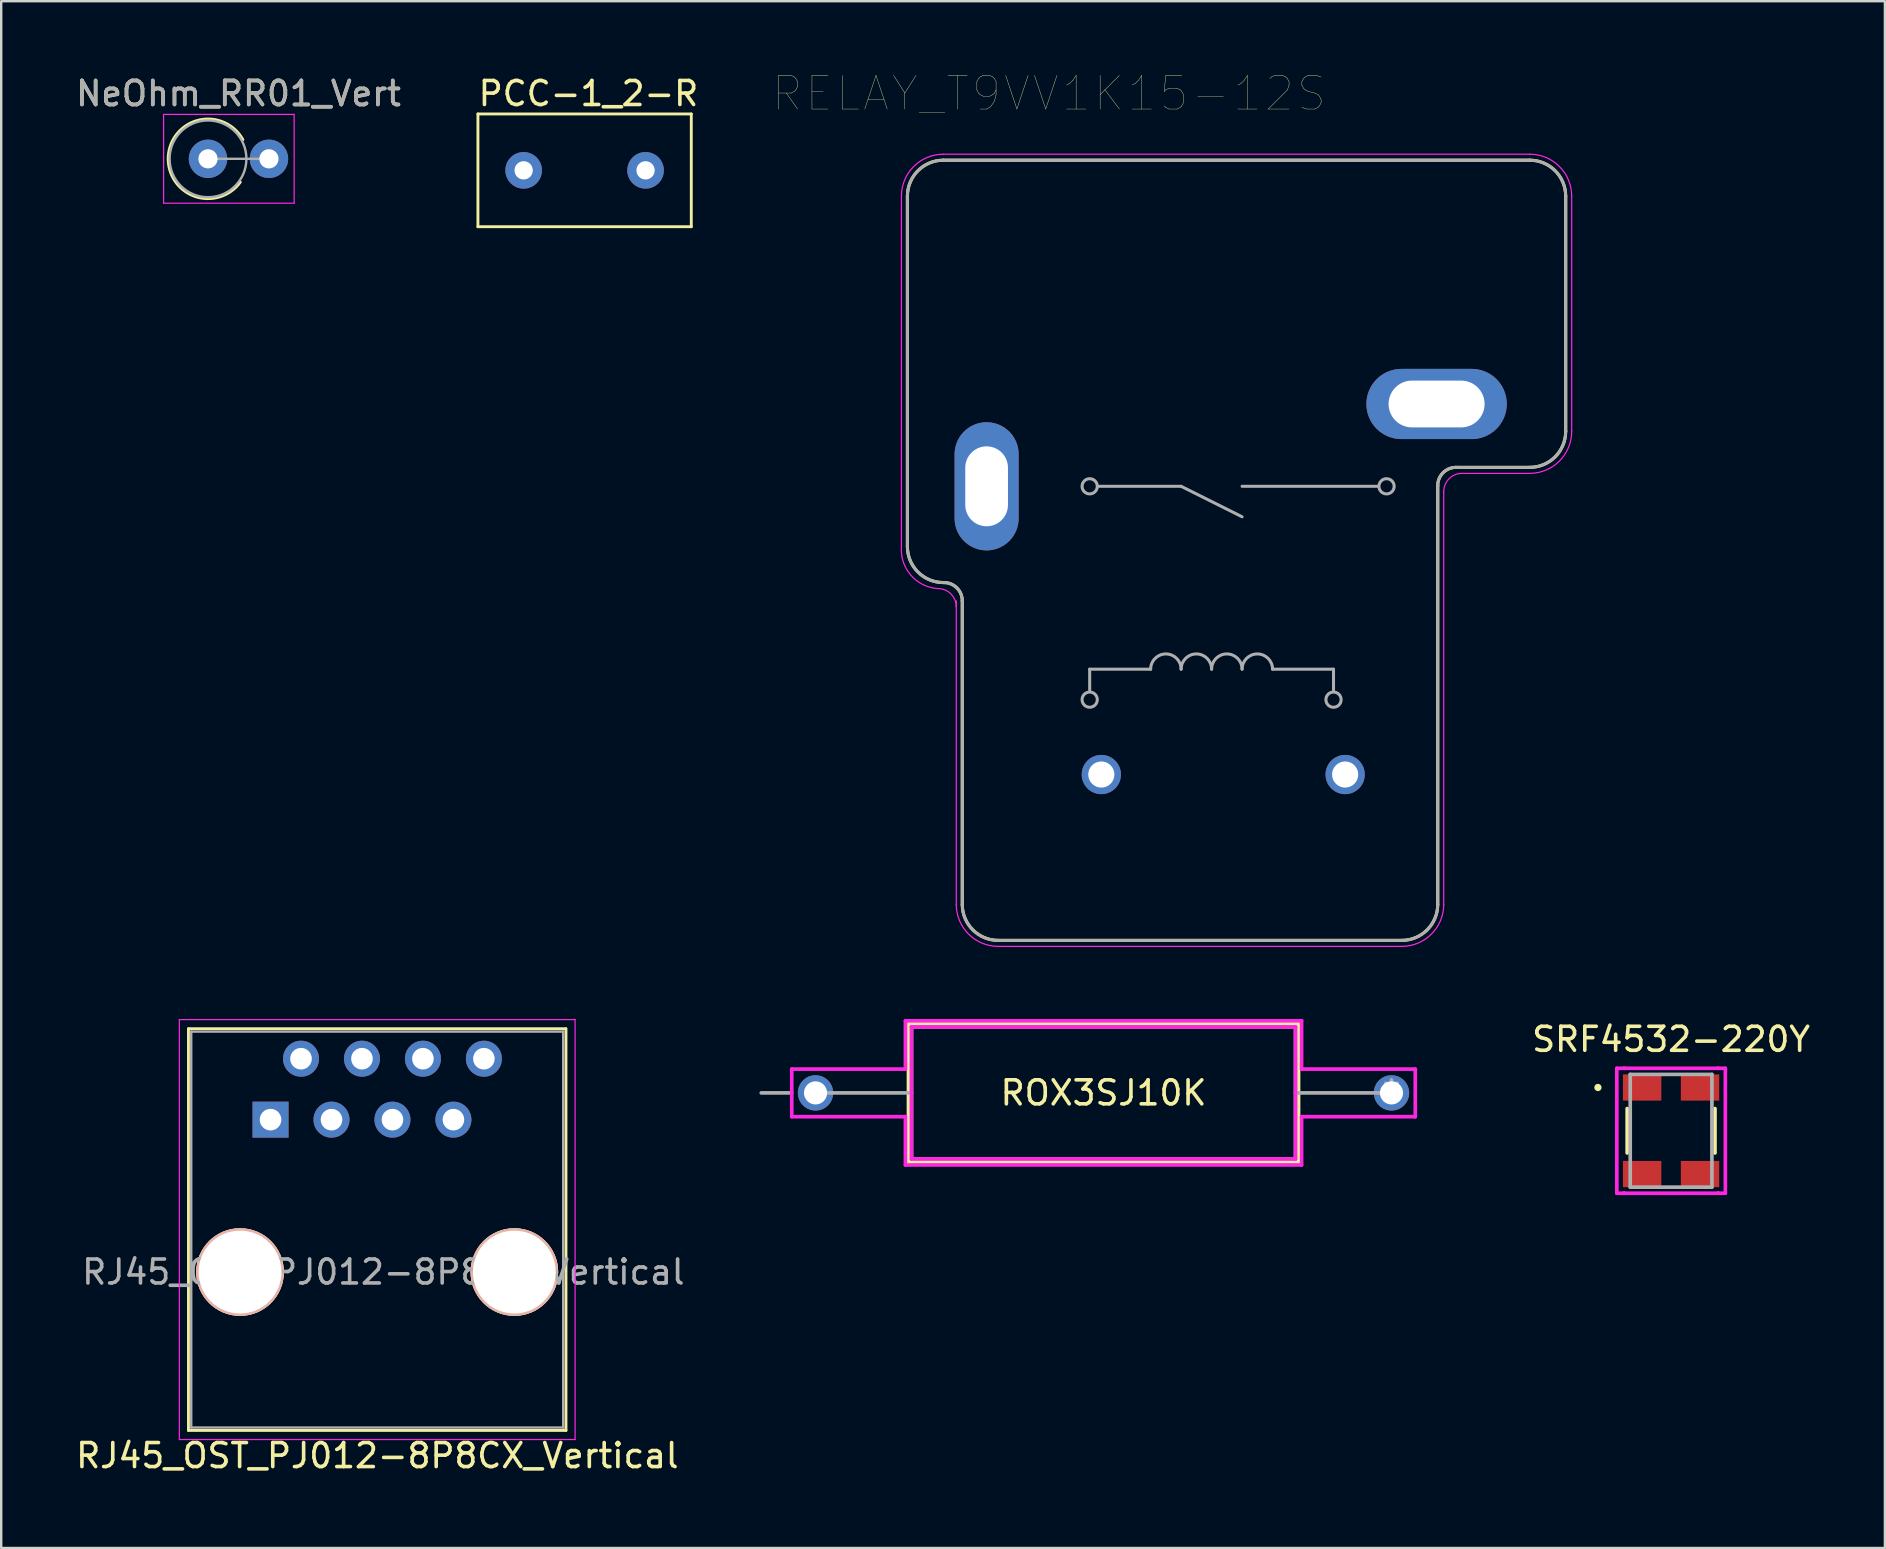
<source format=kicad_pcb>
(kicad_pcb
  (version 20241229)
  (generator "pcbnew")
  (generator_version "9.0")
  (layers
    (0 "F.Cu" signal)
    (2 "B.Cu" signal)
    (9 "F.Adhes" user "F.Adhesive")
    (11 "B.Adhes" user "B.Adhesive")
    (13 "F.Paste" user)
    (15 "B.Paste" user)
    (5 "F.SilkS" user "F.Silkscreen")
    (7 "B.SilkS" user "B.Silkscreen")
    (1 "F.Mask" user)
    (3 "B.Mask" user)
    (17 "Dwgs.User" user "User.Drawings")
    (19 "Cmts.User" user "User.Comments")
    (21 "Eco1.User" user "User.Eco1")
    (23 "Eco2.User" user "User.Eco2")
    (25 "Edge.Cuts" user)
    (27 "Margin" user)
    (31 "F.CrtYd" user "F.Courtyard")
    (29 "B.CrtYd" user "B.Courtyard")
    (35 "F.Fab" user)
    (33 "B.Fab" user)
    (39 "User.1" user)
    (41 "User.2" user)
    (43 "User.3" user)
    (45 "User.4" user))
  (footprint "PCC-1_2-R"
    (layer "F.Cu")
    (at 18.77 4.048)
    (property "Reference" "PCC-1_2-R" (at 2.7 -3.2 0) (layer "F.SilkS") (effects (font (size 1 1) (thickness 0.15))))
    (attr through_hole)
    (fp_line (start -1.905 -2.349) (end -1.905 2.349) (stroke (width 0.12) (type solid)) (layer "F.SilkS"))
    (fp_line (start -1.905 2.349) (end 6.985 2.349) (stroke (width 0.12) (type solid)) (layer "F.SilkS"))
    (fp_line (start 6.985 -2.349) (end -1.905 -2.349) (stroke (width 0.12) (type solid)) (layer "F.SilkS"))
    (fp_line (start 6.985 -2.349) (end 6.985 2.349) (stroke (width 0.12) (type solid)) (layer "F.SilkS"))
    (pad "1" thru_hole circle (at 0 0) (size 1.524 1.524) (drill 0.762) (layers "*.Cu" "*.Mask"))
    (pad "2" thru_hole circle (at 5.08 0) (size 1.524 1.524) (drill 0.762) (layers "*.Cu" "*.Mask")))
  (footprint "SRF4532-220Y"
    (layer "F.Cu")
    (at 66.582 44.068)
    (property "Reference" "SRF4532-220Y" (at 0 -3.81 0) (layer "F.SilkS") (effects (font (size 1 1) (thickness 0.15))))
    (attr through_hole)
    (fp_line (start -1.829 -0.925) (end -1.829 0.925) (stroke (width 0.152) (type solid)) (layer "F.SilkS"))
    (fp_line (start 1.829 0.925) (end 1.829 -0.925) (stroke (width 0.152) (type solid)) (layer "F.SilkS"))
    (fp_circle (center -3.048 -1.803) (end -2.972 -1.803) (stroke (width 0.152) (type solid)) (fill no) (layer "F.SilkS"))
    (fp_line (start -2.261 -2.603) (end -1.956 -2.603) (stroke (width 0.152) (type solid)) (layer "F.CrtYd"))
    (fp_line (start -2.261 2.603) (end -2.261 -2.603) (stroke (width 0.152) (type solid)) (layer "F.CrtYd"))
    (fp_line (start -1.956 -2.603) (end -1.956 -2.603) (stroke (width 0.152) (type solid)) (layer "F.CrtYd"))
    (fp_line (start -1.956 -2.603) (end 1.956 -2.603) (stroke (width 0.152) (type solid)) (layer "F.CrtYd"))
    (fp_line (start -1.956 2.603) (end -2.261 2.603) (stroke (width 0.152) (type solid)) (layer "F.CrtYd"))
    (fp_line (start -1.956 2.603) (end -1.956 2.603) (stroke (width 0.152) (type solid)) (layer "F.CrtYd"))
    (fp_line (start 1.956 -2.603) (end 1.956 -2.603) (stroke (width 0.152) (type solid)) (layer "F.CrtYd"))
    (fp_line (start 1.956 -2.603) (end 2.261 -2.603) (stroke (width 0.152) (type solid)) (layer "F.CrtYd"))
    (fp_line (start 1.956 2.603) (end -1.956 2.603) (stroke (width 0.152) (type solid)) (layer "F.CrtYd"))
    (fp_line (start 1.956 2.603) (end 1.956 2.603) (stroke (width 0.152) (type solid)) (layer "F.CrtYd"))
    (fp_line (start 2.261 -2.603) (end 2.261 2.603) (stroke (width 0.152) (type solid)) (layer "F.CrtYd"))
    (fp_line (start 2.261 2.603) (end 1.956 2.603) (stroke (width 0.152) (type solid)) (layer "F.CrtYd"))
    (fp_line (start -1.702 -2.349) (end -1.702 2.349) (stroke (width 0.152) (type solid)) (layer "F.Fab"))
    (fp_line (start -1.702 2.349) (end 1.702 2.349) (stroke (width 0.152) (type solid)) (layer "F.Fab"))
    (fp_line (start 1.702 -2.349) (end -1.702 -2.349) (stroke (width 0.152) (type solid)) (layer "F.Fab"))
    (fp_line (start 1.702 2.349) (end 1.702 -2.349) (stroke (width 0.152) (type solid)) (layer "F.Fab"))
    (fp_text user "Copyright 2016 Accelerated Designs. All rights reserved." (at 0 0 0) (layer "Cmts.User") (effects (font (size 0.127 0.127) (thickness 0.002))))
    (pad "1" smd rect (at -1.206 -1.803) (size 1.6 1.092) (layers "F.Cu" "F.Mask" "F.Paste"))
    (pad "2" smd rect (at -1.206 1.803) (size 1.6 1.092) (layers "F.Cu" "F.Mask" "F.Paste"))
    (pad "3" smd rect (at 1.206 1.803) (size 1.6 1.092) (layers "F.Cu" "F.Mask" "F.Paste"))
    (pad "4" smd rect (at 1.206 -1.803) (size 1.6 1.092) (layers "F.Cu" "F.Mask" "F.Paste")))
  (footprint "RJ45_OST_PJ012-8P8CX_Vertical"
    (layer "F.Cu")
    (at 8.223 43.605)
    (property "Reference" "RJ45_OST_PJ012-8P8CX_Vertical" (at 4.45 14 0) (layer "F.SilkS") (effects (font (size 1 1) (thickness 0.15))))
    (attr through_hole)
    (fp_line (start -3.42 -3.79) (end -3.42 12.95) (stroke (width 0.12) (type solid)) (layer "F.SilkS"))
    (fp_line (start 12.3 -3.79) (end -3.42 -3.79) (stroke (width 0.12) (type solid)) (layer "F.SilkS"))
    (fp_line (start 12.31 -3.79) (end 12.31 12.95) (stroke (width 0.12) (type solid)) (layer "F.SilkS"))
    (fp_line (start 12.31 12.95) (end -3.42 12.95) (stroke (width 0.12) (type solid)) (layer "F.SilkS"))
    (fp_line (start -3.8 -4.17) (end -3.8 13.33) (stroke (width 0.05) (type solid)) (layer "F.CrtYd"))
    (fp_line (start -3.8 -4.17) (end 12.69 -4.17) (stroke (width 0.05) (type solid)) (layer "F.CrtYd"))
    (fp_line (start -3.8 13.33) (end 12.69 13.33) (stroke (width 0.05) (type solid)) (layer "F.CrtYd"))
    (fp_line (start 12.69 -4.17) (end 12.69 13.33) (stroke (width 0.05) (type solid)) (layer "F.CrtYd"))
    (fp_line (start -3.305 -3.67) (end -3.305 12.83) (stroke (width 0.1) (type solid)) (layer "F.Fab"))
    (fp_line (start 12.195 -3.67) (end -3.305 -3.67) (stroke (width 0.1) (type solid)) (layer "F.Fab"))
    (fp_line (start 12.195 -3.67) (end 12.195 12.83) (stroke (width 0.1) (type solid)) (layer "F.Fab"))
    (fp_line (start 12.195 12.83) (end -3.305 12.83) (stroke (width 0.1) (type solid)) (layer "F.Fab"))
    (fp_text user "${REFERENCE}" (at 4.7 6.35 0) (layer "F.Fab") (effects (font (size 1 1) (thickness 0.15))))
    (pad "" np_thru_hole circle (at -1.27 6.35) (size 3.65 3.65) (drill 3.45) (layers "*.Cu" "*.SilkS" "*.Mask"))
    (pad "" np_thru_hole circle (at 10.16 6.35) (size 3.65 3.65) (drill 3.45) (layers "*.Cu" "*.SilkS" "*.Mask"))
    (pad "1" thru_hole rect (at 0 0) (size 1.5 1.5) (drill 0.9) (layers "*.Cu" "*.Mask"))
    (pad "2" thru_hole circle (at 1.27 -2.54) (size 1.5 1.5) (drill 0.9) (layers "*.Cu" "*.Mask"))
    (pad "3" thru_hole circle (at 2.54 0) (size 1.5 1.5) (drill 0.9) (layers "*.Cu" "*.Mask"))
    (pad "4" thru_hole circle (at 3.81 -2.54) (size 1.5 1.5) (drill 0.9) (layers "*.Cu" "*.Mask"))
    (pad "5" thru_hole circle (at 5.08 0) (size 1.5 1.5) (drill 0.9) (layers "*.Cu" "*.Mask"))
    (pad "6" thru_hole circle (at 6.35 -2.54) (size 1.5 1.5) (drill 0.9) (layers "*.Cu" "*.Mask"))
    (pad "7" thru_hole circle (at 7.62 0) (size 1.5 1.5) (drill 0.9) (layers "*.Cu" "*.Mask"))
    (pad "8" thru_hole circle (at 8.89 -2.54) (size 1.5 1.5) (drill 0.9) (layers "*.Cu" "*.Mask")))
  (footprint "RELAY_T9VV1K15-12S"
    (layer "F.Cu")
    (at 47.436 17.214)
    (property "Reference" "RELAY_T9VV1K15-12S" (at -6.779 -16.368 0) (layer "F.SilkS") (effects (font (size 1.401 1.401) (thickness 0.015))))
    (attr through_hole)
    (fp_line (start -12.675 2.511) (end -12.675 -12.089) (stroke (width 0.127) (type solid)) (layer "F.SilkS"))
    (fp_line (start -11.175 -13.589) (end 13.255 -13.589) (stroke (width 0.127) (type solid)) (layer "F.SilkS"))
    (fp_line (start -11.151 4.011) (end -11.175 4.011) (stroke (width 0.127) (type solid)) (layer "F.SilkS"))
    (fp_line (start -10.389 17.421) (end -10.389 4.773) (stroke (width 0.127) (type solid)) (layer "F.SilkS"))
    (fp_line (start 7.923 18.921) (end -8.889 18.921) (stroke (width 0.127) (type solid)) (layer "F.SilkS"))
    (fp_line (start 9.423 -0.027) (end 9.423 17.421) (stroke (width 0.127) (type solid)) (layer "F.SilkS"))
    (fp_line (start 13.255 -0.789) (end 10.185 -0.789) (stroke (width 0.127) (type solid)) (layer "F.SilkS"))
    (fp_line (start 14.755 -12.089) (end 14.755 -2.289) (stroke (width 0.127) (type solid)) (layer "F.SilkS"))
    (fp_arc (start -12.675 -12.088999) (mid -12.23578 -13.149668) (end -11.1752 -13.5891) (stroke (width 0.127) (type solid)) (layer "F.SilkS"))
    (fp_arc (start -11.175199 4.0109) (mid -12.235934 3.57152) (end -12.6753 2.51078) (stroke (width 0.127) (type solid)) (layer "F.SilkS"))
    (fp_arc (start -11.1513 4.0109) (mid -10.612485 4.234085) (end -10.3893 4.7729) (stroke (width 0.127) (type solid)) (layer "F.SilkS"))
    (fp_arc (start -8.889179 18.9209) (mid -9.94992 18.481534) (end -10.3893 17.4208) (stroke (width 0.127) (type solid)) (layer "F.SilkS"))
    (fp_arc (start 9.4227 -0.0271) (mid 9.645885 -0.565915) (end 10.1847 -0.7891) (stroke (width 0.127) (type solid)) (layer "F.SilkS"))
    (fp_arc (start 9.4227 17.420799) (mid 8.98332 18.481534) (end 7.92258 18.9209) (stroke (width 0.127) (type solid)) (layer "F.SilkS"))
    (fp_arc (start 13.254599 -13.5891) (mid 14.31533 -13.14973) (end 14.7547 -12.089) (stroke (width 0.127) (type solid)) (layer "F.SilkS"))
    (fp_arc (start 14.755 -2.289221) (mid 14.315486 -1.228415) (end 13.2546 -0.789094) (stroke (width 0.127) (type solid)) (layer "F.SilkS"))
    (fp_line (start -12.925 2.511) (end -12.925 -12.089) (stroke (width 0.05) (type solid)) (layer "F.CrtYd"))
    (fp_line (start -11.175 -13.839) (end 13.255 -13.839) (stroke (width 0.05) (type solid)) (layer "F.CrtYd"))
    (fp_line (start -10.639 5.023) (end -10.639 4.773) (stroke (width 0.05) (type solid)) (layer "F.CrtYd"))
    (fp_line (start -10.639 17.421) (end -10.639 5.023) (stroke (width 0.05) (type solid)) (layer "F.CrtYd"))
    (fp_line (start 7.923 19.171) (end -8.889 19.171) (stroke (width 0.05) (type solid)) (layer "F.CrtYd"))
    (fp_line (start 9.673 0.223) (end 9.673 17.421) (stroke (width 0.05) (type solid)) (layer "F.CrtYd"))
    (fp_line (start 13.255 -0.539) (end 10.435 -0.539) (stroke (width 0.05) (type solid)) (layer "F.CrtYd"))
    (fp_line (start 15.005 -12.089) (end 15.005 -2.289) (stroke (width 0.05) (type solid)) (layer "F.CrtYd"))
    (fp_arc (start -12.925 -12.089) (mid -12.412557 -13.326445) (end -11.1752 -13.8391) (stroke (width 0.05) (type solid)) (layer "F.CrtYd"))
    (fp_arc (start -11.4252 4.2609) (mid -12.537711 3.69652) (end -12.9253 2.51078) (stroke (width 0.05) (type solid)) (layer "F.CrtYd"))
    (fp_arc (start -11.4013 4.2609) (mid -10.862485 4.484085) (end -10.6393 5.0229) (stroke (width 0.05) (type solid)) (layer "F.CrtYd"))
    (fp_arc (start -8.88918 19.1709) (mid -10.126697 18.658311) (end -10.6393 17.4208) (stroke (width 0.05) (type solid)) (layer "F.CrtYd"))
    (fp_arc (start 9.6727 0.2229) (mid 9.895885 -0.315915) (end 10.4347 -0.5391) (stroke (width 0.05) (type solid)) (layer "F.CrtYd"))
    (fp_arc (start 9.6727 17.4208) (mid 9.160097 18.658311) (end 7.92258 19.1709) (stroke (width 0.05) (type solid)) (layer "F.CrtYd"))
    (fp_arc (start 13.2546 -13.8391) (mid 14.492107 -13.326507) (end 15.0047 -12.089) (stroke (width 0.05) (type solid)) (layer "F.CrtYd"))
    (fp_arc (start 15.005 -2.28922) (mid 14.492262 -1.051638) (end 13.2546 -0.539094) (stroke (width 0.05) (type solid)) (layer "F.CrtYd"))
    (fp_line (start -12.675 2.511) (end -12.675 -12.089) (stroke (width 0.127) (type solid)) (layer "F.Fab"))
    (fp_line (start -11.175 -13.589) (end 13.255 -13.589) (stroke (width 0.127) (type solid)) (layer "F.Fab"))
    (fp_line (start -11.151 4.011) (end -11.175 4.011) (stroke (width 0.127) (type solid)) (layer "F.Fab"))
    (fp_line (start -10.389 17.421) (end -10.389 4.773) (stroke (width 0.127) (type solid)) (layer "F.Fab"))
    (fp_line (start -5.08 7.62) (end -2.54 7.62) (stroke (width 0.127) (type solid)) (layer "F.Fab"))
    (fp_line (start -5.08 8.49) (end -5.08 7.62) (stroke (width 0.127) (type solid)) (layer "F.Fab"))
    (fp_line (start -4.71 0) (end -1.27 0) (stroke (width 0.127) (type solid)) (layer "F.Fab"))
    (fp_line (start -1.27 0) (end 1.27 1.27) (stroke (width 0.127) (type solid)) (layer "F.Fab"))
    (fp_line (start 1.27 0) (end 6.92 0) (stroke (width 0.127) (type solid)) (layer "F.Fab"))
    (fp_line (start 2.54 7.62) (end 5.08 7.62) (stroke (width 0.127) (type solid)) (layer "F.Fab"))
    (fp_line (start 5.08 7.62) (end 5.08 8.49) (stroke (width 0.127) (type solid)) (layer "F.Fab"))
    (fp_line (start 7.923 18.921) (end -8.889 18.921) (stroke (width 0.127) (type solid)) (layer "F.Fab"))
    (fp_line (start 9.423 -0.027) (end 9.423 17.421) (stroke (width 0.127) (type solid)) (layer "F.Fab"))
    (fp_line (start 13.255 -0.789) (end 10.185 -0.789) (stroke (width 0.127) (type solid)) (layer "F.Fab"))
    (fp_line (start 14.755 -12.089) (end 14.755 -2.289) (stroke (width 0.127) (type solid)) (layer "F.Fab"))
    (fp_arc (start -12.675 -12.088999) (mid -12.23578 -13.149668) (end -11.1752 -13.5891) (stroke (width 0.127) (type solid)) (layer "F.Fab"))
    (fp_arc (start -11.175199 4.0109) (mid -12.235934 3.57152) (end -12.6753 2.51078) (stroke (width 0.127) (type solid)) (layer "F.Fab"))
    (fp_arc (start -11.1513 4.0109) (mid -10.612485 4.234085) (end -10.3893 4.7729) (stroke (width 0.127) (type solid)) (layer "F.Fab"))
    (fp_arc (start -8.889179 18.9209) (mid -9.94992 18.481534) (end -10.3893 17.4208) (stroke (width 0.127) (type solid)) (layer "F.Fab"))
    (fp_arc (start -2.54 7.62) (mid -1.905 6.985) (end -1.27 7.62) (stroke (width 0.127) (type solid)) (layer "F.Fab"))
    (fp_arc (start -1.27 7.62) (mid -0.635 6.985) (end 0 7.62) (stroke (width 0.127) (type solid)) (layer "F.Fab"))
    (fp_arc (start 0 7.62) (mid 0.635 6.985) (end 1.27 7.62) (stroke (width 0.127) (type solid)) (layer "F.Fab"))
    (fp_arc (start 1.27 7.62) (mid 1.905 6.985) (end 2.54 7.62) (stroke (width 0.127) (type solid)) (layer "F.Fab"))
    (fp_arc (start 9.4227 -0.0271) (mid 9.645885 -0.565915) (end 10.1847 -0.7891) (stroke (width 0.127) (type solid)) (layer "F.Fab"))
    (fp_arc (start 9.4227 17.420799) (mid 8.98332 18.481534) (end 7.92258 18.9209) (stroke (width 0.127) (type solid)) (layer "F.Fab"))
    (fp_arc (start 13.254599 -13.5891) (mid 14.31533 -13.14973) (end 14.7547 -12.089) (stroke (width 0.127) (type solid)) (layer "F.Fab"))
    (fp_arc (start 14.755 -2.289221) (mid 14.315486 -1.228415) (end 13.2546 -0.789094) (stroke (width 0.127) (type solid)) (layer "F.Fab"))
    (fp_circle (center -5.08 0) (end -4.763 0) (stroke (width 0.127) (type solid)) (fill no) (layer "F.Fab"))
    (fp_circle (center -5.08 8.89) (end -4.763 8.89) (stroke (width 0.127) (type solid)) (fill no) (layer "F.Fab"))
    (fp_circle (center 5.08 8.89) (end 5.397 8.89) (stroke (width 0.127) (type solid)) (fill no) (layer "F.Fab"))
    (fp_circle (center 7.29 0) (end 7.607 0) (stroke (width 0.127) (type solid)) (fill no) (layer "F.Fab"))
    (pad "1" thru_hole circle (at 5.565 12.01) (size 1.635 1.635) (drill 1.09) (layers "*.Cu" "*.Mask"))
    (pad "2" thru_hole circle (at -4.595 12.01) (size 1.635 1.635) (drill 1.09) (layers "*.Cu" "*.Mask"))
    (pad "3" thru_hole oval (at -9.375 0) (size 2.67 5.34) (drill oval 1.78 3.33) (layers "*.Cu" "*.Mask"))
    (pad "4" thru_hole oval (at 9.375 -3.43) (size 5.85 2.925) (drill oval 4 1.95) (layers "*.Cu" "*.Mask")))
  (footprint "NeOhm_RR01_Vert"
    (layer "F.Cu")
    (at 5.617 3.568)
    (property "Reference" "NeOhm_RR01_Vert" (at 1.27 -2.72 0) (layer "F.SilkS") (effects (font (size 1 1) (thickness 0.15))))
    (attr through_hole)
    (fp_arc (start 1.344775 0.97138) (mid -1.655812 -0.101418) (end 1.453272 -0.8) (stroke (width 0.12) (type solid)) (layer "F.SilkS"))
    (fp_line (start -1.85 -1.85) (end -1.85 1.85) (stroke (width 0.05) (type solid)) (layer "F.CrtYd"))
    (fp_line (start -1.85 1.85) (end 3.59 1.85) (stroke (width 0.05) (type solid)) (layer "F.CrtYd"))
    (fp_line (start 3.59 -1.85) (end -1.85 -1.85) (stroke (width 0.05) (type solid)) (layer "F.CrtYd"))
    (fp_line (start 3.59 1.85) (end 3.59 -1.85) (stroke (width 0.05) (type solid)) (layer "F.CrtYd"))
    (fp_line (start 0 0) (end 2.54 0) (stroke (width 0.1) (type solid)) (layer "F.Fab"))
    (fp_circle (center 0 0) (end 1.6 0) (stroke (width 0.1) (type solid)) (fill no) (layer "F.Fab"))
    (fp_text user "${REFERENCE}" (at 1.27 -2.72 0) (layer "F.Fab") (effects (font (size 1 1) (thickness 0.15))))
    (pad "1" thru_hole circle (at 0 0) (size 1.6 1.6) (drill 0.8) (layers "*.Cu" "*.Mask"))
    (pad "2" thru_hole oval (at 2.54 0) (size 1.6 1.6) (drill 0.8) (layers "*.Cu" "*.Mask")))
  (footprint "ROX3SJ10K"
    (layer "F.Cu")
    (at 54.932 42.49)
    (property "Reference" "ROX3SJ10K" (at -12 0 0) (layer "F.SilkS") (effects (font (size 1 1) (thickness 0.15))))
    (attr through_hole)
    (fp_line (start -20.127 -2.877) (end -20.127 2.877) (stroke (width 0.152) (type solid)) (layer "F.SilkS"))
    (fp_line (start -20.127 2.877) (end -3.873 2.877) (stroke (width 0.152) (type solid)) (layer "F.SilkS"))
    (fp_line (start -3.873 -2.877) (end -20.127 -2.877) (stroke (width 0.152) (type solid)) (layer "F.SilkS"))
    (fp_line (start -3.873 2.877) (end -3.873 -2.877) (stroke (width 0.152) (type solid)) (layer "F.SilkS"))
    (fp_line (start -24.991 -0.991) (end -20.254 -0.991) (stroke (width 0.152) (type solid)) (layer "F.CrtYd"))
    (fp_line (start -24.991 0.991) (end -24.991 -0.991) (stroke (width 0.152) (type solid)) (layer "F.CrtYd"))
    (fp_line (start -20.254 -3.004) (end -3.746 -3.004) (stroke (width 0.152) (type solid)) (layer "F.CrtYd"))
    (fp_line (start -20.254 -0.991) (end -20.254 -3.004) (stroke (width 0.152) (type solid)) (layer "F.CrtYd"))
    (fp_line (start -20.254 0.991) (end -24.991 0.991) (stroke (width 0.152) (type solid)) (layer "F.CrtYd"))
    (fp_line (start -20.254 3.004) (end -20.254 0.991) (stroke (width 0.152) (type solid)) (layer "F.CrtYd"))
    (fp_line (start -20 -2.75) (end -4 -2.75) (stroke (width 0.152) (type solid)) (layer "F.CrtYd"))
    (fp_line (start -20 2.75) (end -20 -2.75) (stroke (width 0.152) (type solid)) (layer "F.CrtYd"))
    (fp_line (start -4 -2.75) (end -4 2.75) (stroke (width 0.152) (type solid)) (layer "F.CrtYd"))
    (fp_line (start -4 2.75) (end -20 2.75) (stroke (width 0.152) (type solid)) (layer "F.CrtYd"))
    (fp_line (start -3.746 -3.004) (end -3.746 -0.991) (stroke (width 0.152) (type solid)) (layer "F.CrtYd"))
    (fp_line (start -3.746 -0.991) (end 0.991 -0.991) (stroke (width 0.152) (type solid)) (layer "F.CrtYd"))
    (fp_line (start -3.746 0.991) (end -3.746 3.004) (stroke (width 0.152) (type solid)) (layer "F.CrtYd"))
    (fp_line (start -3.746 3.004) (end -20.254 3.004) (stroke (width 0.152) (type solid)) (layer "F.CrtYd"))
    (fp_line (start 0.991 -0.991) (end 0.991 0.991) (stroke (width 0.152) (type solid)) (layer "F.CrtYd"))
    (fp_line (start 0.991 0.991) (end -3.746 0.991) (stroke (width 0.152) (type solid)) (layer "F.CrtYd"))
    (fp_line (start -26.261 0) (end -24.991 0) (stroke (width 0.152) (type solid)) (layer "F.Fab"))
    (fp_line (start -24 0) (end -20 0) (stroke (width 0.152) (type solid)) (layer "F.Fab"))
    (fp_line (start -20 -2.75) (end -20 2.75) (stroke (width 0.152) (type solid)) (layer "F.Fab"))
    (fp_line (start -20 2.75) (end -4 2.75) (stroke (width 0.152) (type solid)) (layer "F.Fab"))
    (fp_line (start -4 -2.75) (end -20 -2.75) (stroke (width 0.152) (type solid)) (layer "F.Fab"))
    (fp_line (start -4 2.75) (end -4 -2.75) (stroke (width 0.152) (type solid)) (layer "F.Fab"))
    (fp_line (start 0.000002 0) (end -4 0) (stroke (width 0.152) (type solid)) (layer "F.Fab"))
    (fp_text user "Copyright 2016 Accelerated Designs. All rights reserved." (at 0 0 0) (layer "Cmts.User") (effects (font (size 0.127 0.127) (thickness 0.002))))
    (fp_text user "*" (at 0 0 0) (layer "F.Fab") (effects (font (size 1 1) (thickness 0.15))))
    (pad "1" thru_hole circle (at -24 0) (size 1.473 1.473) (drill 0.965) (layers "*.Cu" "*.Mask"))
    (pad "2" thru_hole circle (at 0.000002 0) (size 1.473 1.473) (drill 0.965) (layers "*.Cu" "*.Mask")))
  (gr_rect
    (start -3 -3)
    (end 75.492 61.453)
    (stroke (width 0.1) (type default))
    (fill no)
    (layer "Edge.Cuts")))
</source>
